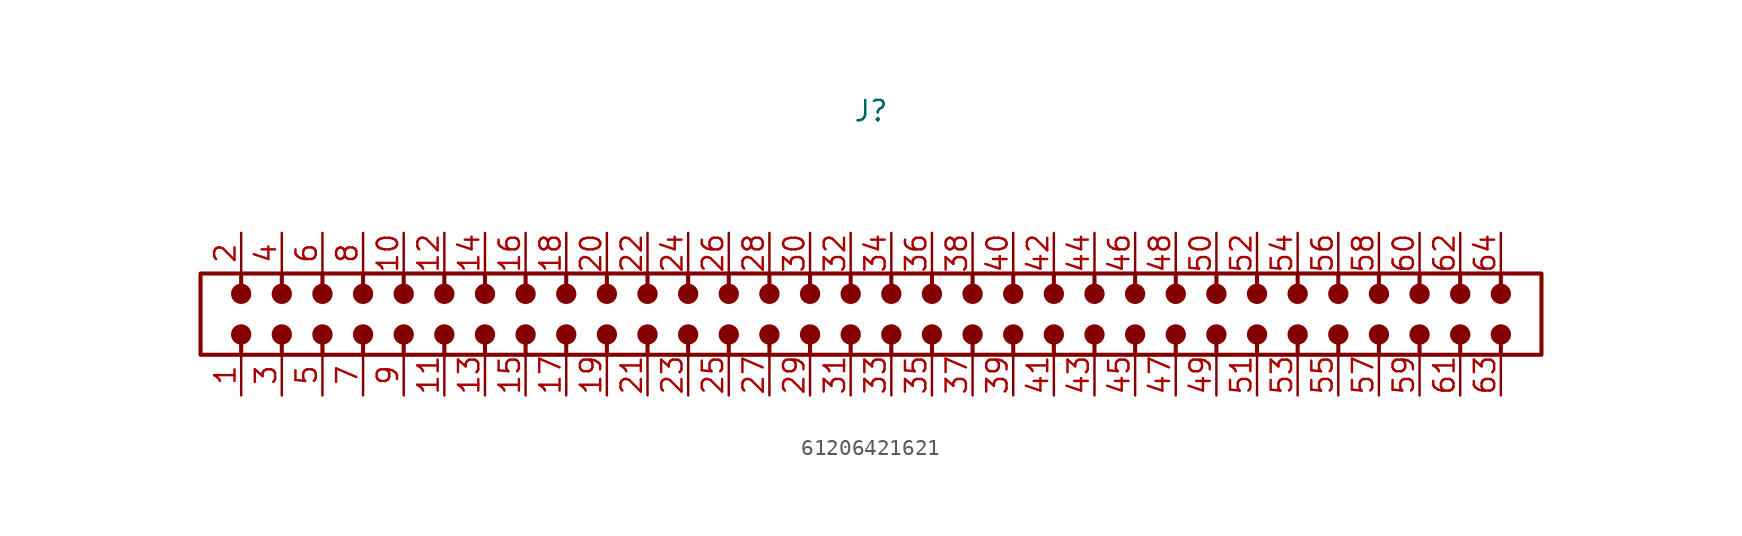
<source format=kicad_sym>
(kicad_symbol_lib
  (version 20241209)
  (generator "kicad_symbol_editor")
  (generator_version "9.0")
  (symbol "61206421621"
    (pin_names
      (hide yes))
    (property "Reference" "J"
      (at 0 12.7 0)
      (effects (font (size 1.27 1.27))))
    (symbol "61206421621_1_1"
      (rectangle (start -41.91 2.54) (end 41.91 -2.54) (stroke (width 0.254) (type solid)) (fill (type none)))
      (polyline (pts (xy -39.37 1.778) (xy -39.37 2.54)) (stroke (width 0.254) (type solid)) (fill (type none)))
      (circle (center -39.37 1.27) (radius 0.508) (stroke (width 0.254) (type solid)) (fill (type outline)))
      (circle (center -39.37 -1.27) (radius 0.508) (stroke (width 0.254) (type solid)) (fill (type outline)))
      (polyline (pts (xy -39.37 -1.778) (xy -39.37 -2.54)) (stroke (width 0.254) (type solid)) (fill (type none)))
      (polyline (pts (xy -36.83 1.778) (xy -36.83 2.54)) (stroke (width 0.254) (type solid)) (fill (type none)))
      (circle (center -36.83 1.27) (radius 0.508) (stroke (width 0.254) (type solid)) (fill (type outline)))
      (circle (center -36.83 -1.27) (radius 0.508) (stroke (width 0.254) (type solid)) (fill (type outline)))
      (polyline (pts (xy -36.83 -1.778) (xy -36.83 -2.54)) (stroke (width 0.254) (type solid)) (fill (type none)))
      (polyline (pts (xy -34.29 1.778) (xy -34.29 2.54)) (stroke (width 0.254) (type solid)) (fill (type none)))
      (circle (center -34.29 1.27) (radius 0.508) (stroke (width 0.254) (type solid)) (fill (type outline)))
      (circle (center -34.29 -1.27) (radius 0.508) (stroke (width 0.254) (type solid)) (fill (type outline)))
      (polyline (pts (xy -34.29 -1.778) (xy -34.29 -2.54)) (stroke (width 0.254) (type solid)) (fill (type none)))
      (polyline (pts (xy -31.75 1.778) (xy -31.75 2.54)) (stroke (width 0.254) (type solid)) (fill (type none)))
      (circle (center -31.75 1.27) (radius 0.508) (stroke (width 0.254) (type solid)) (fill (type outline)))
      (circle (center -31.75 -1.27) (radius 0.508) (stroke (width 0.254) (type solid)) (fill (type outline)))
      (polyline (pts (xy -31.75 -1.778) (xy -31.75 -2.54)) (stroke (width 0.254) (type solid)) (fill (type none)))
      (polyline (pts (xy -29.21 1.778) (xy -29.21 2.54)) (stroke (width 0.254) (type solid)) (fill (type none)))
      (circle (center -29.21 1.27) (radius 0.508) (stroke (width 0.254) (type solid)) (fill (type outline)))
      (circle (center -29.21 -1.27) (radius 0.508) (stroke (width 0.254) (type solid)) (fill (type outline)))
      (polyline (pts (xy -29.21 -1.778) (xy -29.21 -2.54)) (stroke (width 0.254) (type solid)) (fill (type none)))
      (polyline (pts (xy -26.67 1.778) (xy -26.67 2.54)) (stroke (width 0.254) (type solid)) (fill (type none)))
      (circle (center -26.67 1.27) (radius 0.508) (stroke (width 0.254) (type solid)) (fill (type outline)))
      (circle (center -26.67 -1.27) (radius 0.508) (stroke (width 0.254) (type solid)) (fill (type outline)))
      (polyline (pts (xy -26.67 -1.778) (xy -26.67 -2.54)) (stroke (width 0.254) (type solid)) (fill (type none)))
      (polyline (pts (xy -24.13 1.778) (xy -24.13 2.54)) (stroke (width 0.254) (type solid)) (fill (type none)))
      (circle (center -24.13 1.27) (radius 0.508) (stroke (width 0.254) (type solid)) (fill (type outline)))
      (circle (center -24.13 -1.27) (radius 0.508) (stroke (width 0.254) (type solid)) (fill (type outline)))
      (polyline (pts (xy -24.13 -1.778) (xy -24.13 -2.54)) (stroke (width 0.254) (type solid)) (fill (type none)))
      (polyline (pts (xy -21.59 1.778) (xy -21.59 2.54)) (stroke (width 0.254) (type solid)) (fill (type none)))
      (circle (center -21.59 1.27) (radius 0.508) (stroke (width 0.254) (type solid)) (fill (type outline)))
      (circle (center -21.59 -1.27) (radius 0.508) (stroke (width 0.254) (type solid)) (fill (type outline)))
      (polyline (pts (xy -21.59 -1.778) (xy -21.59 -2.54)) (stroke (width 0.254) (type solid)) (fill (type none)))
      (polyline (pts (xy -19.05 1.778) (xy -19.05 2.54)) (stroke (width 0.254) (type solid)) (fill (type none)))
      (circle (center -19.05 1.27) (radius 0.508) (stroke (width 0.254) (type solid)) (fill (type outline)))
      (circle (center -19.05 -1.27) (radius 0.508) (stroke (width 0.254) (type solid)) (fill (type outline)))
      (polyline (pts (xy -19.05 -1.778) (xy -19.05 -2.54)) (stroke (width 0.254) (type solid)) (fill (type none)))
      (polyline (pts (xy -16.51 1.778) (xy -16.51 2.54)) (stroke (width 0.254) (type solid)) (fill (type none)))
      (circle (center -16.51 1.27) (radius 0.508) (stroke (width 0.254) (type solid)) (fill (type outline)))
      (circle (center -16.51 -1.27) (radius 0.508) (stroke (width 0.254) (type solid)) (fill (type outline)))
      (polyline (pts (xy -16.51 -1.778) (xy -16.51 -2.54)) (stroke (width 0.254) (type solid)) (fill (type none)))
      (polyline (pts (xy -13.97 1.778) (xy -13.97 2.54)) (stroke (width 0.254) (type solid)) (fill (type none)))
      (circle (center -13.97 1.27) (radius 0.508) (stroke (width 0.254) (type solid)) (fill (type outline)))
      (circle (center -13.97 -1.27) (radius 0.508) (stroke (width 0.254) (type solid)) (fill (type outline)))
      (polyline (pts (xy -13.97 -1.778) (xy -13.97 -2.54)) (stroke (width 0.254) (type solid)) (fill (type none)))
      (polyline (pts (xy -11.43 1.778) (xy -11.43 2.54)) (stroke (width 0.254) (type solid)) (fill (type none)))
      (circle (center -11.43 1.27) (radius 0.508) (stroke (width 0.254) (type solid)) (fill (type outline)))
      (circle (center -11.43 -1.27) (radius 0.508) (stroke (width 0.254) (type solid)) (fill (type outline)))
      (polyline (pts (xy -11.43 -1.778) (xy -11.43 -2.54)) (stroke (width 0.254) (type solid)) (fill (type none)))
      (polyline (pts (xy -8.89 1.778) (xy -8.89 2.54)) (stroke (width 0.254) (type solid)) (fill (type none)))
      (circle (center -8.89 1.27) (radius 0.508) (stroke (width 0.254) (type solid)) (fill (type outline)))
      (circle (center -8.89 -1.27) (radius 0.508) (stroke (width 0.254) (type solid)) (fill (type outline)))
      (polyline (pts (xy -8.89 -1.778) (xy -8.89 -2.54)) (stroke (width 0.254) (type solid)) (fill (type none)))
      (polyline (pts (xy -6.35 1.778) (xy -6.35 2.54)) (stroke (width 0.254) (type solid)) (fill (type none)))
      (circle (center -6.35 1.27) (radius 0.508) (stroke (width 0.254) (type solid)) (fill (type outline)))
      (circle (center -6.35 -1.27) (radius 0.508) (stroke (width 0.254) (type solid)) (fill (type outline)))
      (polyline (pts (xy -6.35 -1.778) (xy -6.35 -2.54)) (stroke (width 0.254) (type solid)) (fill (type none)))
      (polyline (pts (xy -3.81 1.778) (xy -3.81 2.54)) (stroke (width 0.254) (type solid)) (fill (type none)))
      (circle (center -3.81 1.27) (radius 0.508) (stroke (width 0.254) (type solid)) (fill (type outline)))
      (circle (center -3.81 -1.27) (radius 0.508) (stroke (width 0.254) (type solid)) (fill (type outline)))
      (polyline (pts (xy -3.81 -1.778) (xy -3.81 -2.54)) (stroke (width 0.254) (type solid)) (fill (type none)))
      (polyline (pts (xy -1.27 1.778) (xy -1.27 2.54)) (stroke (width 0.254) (type solid)) (fill (type none)))
      (circle (center -1.27 1.27) (radius 0.508) (stroke (width 0.254) (type solid)) (fill (type outline)))
      (circle (center -1.27 -1.27) (radius 0.508) (stroke (width 0.254) (type solid)) (fill (type outline)))
      (polyline (pts (xy -1.27 -1.778) (xy -1.27 -2.54)) (stroke (width 0.254) (type solid)) (fill (type none)))
      (polyline (pts (xy 1.27 1.778) (xy 1.27 2.54)) (stroke (width 0.254) (type solid)) (fill (type none)))
      (circle (center 1.27 1.27) (radius 0.508) (stroke (width 0.254) (type solid)) (fill (type outline)))
      (circle (center 1.27 -1.27) (radius 0.508) (stroke (width 0.254) (type solid)) (fill (type outline)))
      (polyline (pts (xy 1.27 -1.778) (xy 1.27 -2.54)) (stroke (width 0.254) (type solid)) (fill (type none)))
      (polyline (pts (xy 3.81 1.778) (xy 3.81 2.54)) (stroke (width 0.254) (type solid)) (fill (type none)))
      (circle (center 3.81 1.27) (radius 0.508) (stroke (width 0.254) (type solid)) (fill (type outline)))
      (circle (center 3.81 -1.27) (radius 0.508) (stroke (width 0.254) (type solid)) (fill (type outline)))
      (polyline (pts (xy 3.81 -1.778) (xy 3.81 -2.54)) (stroke (width 0.254) (type solid)) (fill (type none)))
      (polyline (pts (xy 6.35 1.778) (xy 6.35 2.54)) (stroke (width 0.254) (type solid)) (fill (type none)))
      (circle (center 6.35 1.27) (radius 0.508) (stroke (width 0.254) (type solid)) (fill (type outline)))
      (circle (center 6.35 -1.27) (radius 0.508) (stroke (width 0.254) (type solid)) (fill (type outline)))
      (polyline (pts (xy 6.35 -1.778) (xy 6.35 -2.54)) (stroke (width 0.254) (type solid)) (fill (type none)))
      (polyline (pts (xy 8.89 1.778) (xy 8.89 2.54)) (stroke (width 0.254) (type solid)) (fill (type none)))
      (circle (center 8.89 1.27) (radius 0.508) (stroke (width 0.254) (type solid)) (fill (type outline)))
      (circle (center 8.89 -1.27) (radius 0.508) (stroke (width 0.254) (type solid)) (fill (type outline)))
      (polyline (pts (xy 8.89 -1.778) (xy 8.89 -2.54)) (stroke (width 0.254) (type solid)) (fill (type none)))
      (polyline (pts (xy 11.43 1.778) (xy 11.43 2.54)) (stroke (width 0.254) (type solid)) (fill (type none)))
      (circle (center 11.43 1.27) (radius 0.508) (stroke (width 0.254) (type solid)) (fill (type outline)))
      (circle (center 11.43 -1.27) (radius 0.508) (stroke (width 0.254) (type solid)) (fill (type outline)))
      (polyline (pts (xy 11.43 -1.778) (xy 11.43 -2.54)) (stroke (width 0.254) (type solid)) (fill (type none)))
      (polyline (pts (xy 13.97 1.778) (xy 13.97 2.54)) (stroke (width 0.254) (type solid)) (fill (type none)))
      (circle (center 13.97 1.27) (radius 0.508) (stroke (width 0.254) (type solid)) (fill (type outline)))
      (circle (center 13.97 -1.27) (radius 0.508) (stroke (width 0.254) (type solid)) (fill (type outline)))
      (polyline (pts (xy 13.97 -1.778) (xy 13.97 -2.54)) (stroke (width 0.254) (type solid)) (fill (type none)))
      (polyline (pts (xy 16.51 1.778) (xy 16.51 2.54)) (stroke (width 0.254) (type solid)) (fill (type none)))
      (circle (center 16.51 1.27) (radius 0.508) (stroke (width 0.254) (type solid)) (fill (type outline)))
      (circle (center 16.51 -1.27) (radius 0.508) (stroke (width 0.254) (type solid)) (fill (type outline)))
      (polyline (pts (xy 16.51 -1.778) (xy 16.51 -2.54)) (stroke (width 0.254) (type solid)) (fill (type none)))
      (polyline (pts (xy 19.05 1.778) (xy 19.05 2.54)) (stroke (width 0.254) (type solid)) (fill (type none)))
      (circle (center 19.05 1.27) (radius 0.508) (stroke (width 0.254) (type solid)) (fill (type outline)))
      (circle (center 19.05 -1.27) (radius 0.508) (stroke (width 0.254) (type solid)) (fill (type outline)))
      (polyline (pts (xy 19.05 -1.778) (xy 19.05 -2.54)) (stroke (width 0.254) (type solid)) (fill (type none)))
      (polyline (pts (xy 21.59 1.778) (xy 21.59 2.54)) (stroke (width 0.254) (type solid)) (fill (type none)))
      (circle (center 21.59 1.27) (radius 0.508) (stroke (width 0.254) (type solid)) (fill (type outline)))
      (circle (center 21.59 -1.27) (radius 0.508) (stroke (width 0.254) (type solid)) (fill (type outline)))
      (polyline (pts (xy 21.59 -1.778) (xy 21.59 -2.54)) (stroke (width 0.254) (type solid)) (fill (type none)))
      (polyline (pts (xy 24.13 1.778) (xy 24.13 2.54)) (stroke (width 0.254) (type solid)) (fill (type none)))
      (circle (center 24.13 1.27) (radius 0.508) (stroke (width 0.254) (type solid)) (fill (type outline)))
      (circle (center 24.13 -1.27) (radius 0.508) (stroke (width 0.254) (type solid)) (fill (type outline)))
      (polyline (pts (xy 24.13 -1.778) (xy 24.13 -2.54)) (stroke (width 0.254) (type solid)) (fill (type none)))
      (polyline (pts (xy 26.67 1.778) (xy 26.67 2.54)) (stroke (width 0.254) (type solid)) (fill (type none)))
      (circle (center 26.67 1.27) (radius 0.508) (stroke (width 0.254) (type solid)) (fill (type outline)))
      (circle (center 26.67 -1.27) (radius 0.508) (stroke (width 0.254) (type solid)) (fill (type outline)))
      (polyline (pts (xy 26.67 -1.778) (xy 26.67 -2.54)) (stroke (width 0.254) (type solid)) (fill (type none)))
      (polyline (pts (xy 29.21 1.778) (xy 29.21 2.54)) (stroke (width 0.254) (type solid)) (fill (type none)))
      (circle (center 29.21 1.27) (radius 0.508) (stroke (width 0.254) (type solid)) (fill (type outline)))
      (circle (center 29.21 -1.27) (radius 0.508) (stroke (width 0.254) (type solid)) (fill (type outline)))
      (polyline (pts (xy 29.21 -1.778) (xy 29.21 -2.54)) (stroke (width 0.254) (type solid)) (fill (type none)))
      (polyline (pts (xy 31.75 1.778) (xy 31.75 2.54)) (stroke (width 0.254) (type solid)) (fill (type none)))
      (circle (center 31.75 1.27) (radius 0.508) (stroke (width 0.254) (type solid)) (fill (type outline)))
      (circle (center 31.75 -1.27) (radius 0.508) (stroke (width 0.254) (type solid)) (fill (type outline)))
      (polyline (pts (xy 31.75 -1.778) (xy 31.75 -2.54)) (stroke (width 0.254) (type solid)) (fill (type none)))
      (polyline (pts (xy 34.29 1.778) (xy 34.29 2.54)) (stroke (width 0.254) (type solid)) (fill (type none)))
      (circle (center 34.29 1.27) (radius 0.508) (stroke (width 0.254) (type solid)) (fill (type outline)))
      (circle (center 34.29 -1.27) (radius 0.508) (stroke (width 0.254) (type solid)) (fill (type outline)))
      (polyline (pts (xy 34.29 -1.778) (xy 34.29 -2.54)) (stroke (width 0.254) (type solid)) (fill (type none)))
      (polyline (pts (xy 36.83 1.778) (xy 36.83 2.54)) (stroke (width 0.254) (type solid)) (fill (type none)))
      (circle (center 36.83 1.27) (radius 0.508) (stroke (width 0.254) (type solid)) (fill (type outline)))
      (circle (center 36.83 -1.27) (radius 0.508) (stroke (width 0.254) (type solid)) (fill (type outline)))
      (polyline (pts (xy 36.83 -1.778) (xy 36.83 -2.54)) (stroke (width 0.254) (type solid)) (fill (type none)))
      (polyline (pts (xy 39.37 1.778) (xy 39.37 2.54)) (stroke (width 0.254) (type solid)) (fill (type none)))
      (circle (center 39.37 1.27) (radius 0.508) (stroke (width 0.254) (type solid)) (fill (type outline)))
      (circle (center 39.37 -1.27) (radius 0.508) (stroke (width 0.254) (type solid)) (fill (type outline)))
      (polyline (pts (xy 39.37 -1.778) (xy 39.37 -2.54)) (stroke (width 0.254) (type solid)) (fill (type none)))
      (pin passive line (at -39.37 5.08 270) (length 2.54) (name "2" (effects (font (size 1.27 1.27)))) (number "2" (effects (font (size 1.27 1.27)))))
      (pin passive line (at -39.37 -5.08 90) (length 2.54) (name "1" (effects (font (size 1.27 1.27)))) (number "1" (effects (font (size 1.27 1.27)))))
      (pin passive line (at -36.83 5.08 270) (length 2.54) (name "4" (effects (font (size 1.27 1.27)))) (number "4" (effects (font (size 1.27 1.27)))))
      (pin passive line (at -36.83 -5.08 90) (length 2.54) (name "3" (effects (font (size 1.27 1.27)))) (number "3" (effects (font (size 1.27 1.27)))))
      (pin passive line (at -34.29 5.08 270) (length 2.54) (name "6" (effects (font (size 1.27 1.27)))) (number "6" (effects (font (size 1.27 1.27)))))
      (pin passive line (at -34.29 -5.08 90) (length 2.54) (name "5" (effects (font (size 1.27 1.27)))) (number "5" (effects (font (size 1.27 1.27)))))
      (pin passive line (at -31.75 5.08 270) (length 2.54) (name "8" (effects (font (size 1.27 1.27)))) (number "8" (effects (font (size 1.27 1.27)))))
      (pin passive line (at -31.75 -5.08 90) (length 2.54) (name "7" (effects (font (size 1.27 1.27)))) (number "7" (effects (font (size 1.27 1.27)))))
      (pin passive line (at -29.21 5.08 270) (length 2.54) (name "10" (effects (font (size 1.27 1.27)))) (number "10" (effects (font (size 1.27 1.27)))))
      (pin passive line (at -29.21 -5.08 90) (length 2.54) (name "9" (effects (font (size 1.27 1.27)))) (number "9" (effects (font (size 1.27 1.27)))))
      (pin passive line (at -26.67 5.08 270) (length 2.54) (name "12" (effects (font (size 1.27 1.27)))) (number "12" (effects (font (size 1.27 1.27)))))
      (pin passive line (at -26.67 -5.08 90) (length 2.54) (name "11" (effects (font (size 1.27 1.27)))) (number "11" (effects (font (size 1.27 1.27)))))
      (pin passive line (at -24.13 5.08 270) (length 2.54) (name "14" (effects (font (size 1.27 1.27)))) (number "14" (effects (font (size 1.27 1.27)))))
      (pin passive line (at -24.13 -5.08 90) (length 2.54) (name "13" (effects (font (size 1.27 1.27)))) (number "13" (effects (font (size 1.27 1.27)))))
      (pin passive line (at -21.59 5.08 270) (length 2.54) (name "16" (effects (font (size 1.27 1.27)))) (number "16" (effects (font (size 1.27 1.27)))))
      (pin passive line (at -21.59 -5.08 90) (length 2.54) (name "15" (effects (font (size 1.27 1.27)))) (number "15" (effects (font (size 1.27 1.27)))))
      (pin passive line (at -19.05 5.08 270) (length 2.54) (name "18" (effects (font (size 1.27 1.27)))) (number "18" (effects (font (size 1.27 1.27)))))
      (pin passive line (at -19.05 -5.08 90) (length 2.54) (name "17" (effects (font (size 1.27 1.27)))) (number "17" (effects (font (size 1.27 1.27)))))
      (pin passive line (at -16.51 5.08 270) (length 2.54) (name "20" (effects (font (size 1.27 1.27)))) (number "20" (effects (font (size 1.27 1.27)))))
      (pin passive line (at -16.51 -5.08 90) (length 2.54) (name "19" (effects (font (size 1.27 1.27)))) (number "19" (effects (font (size 1.27 1.27)))))
      (pin passive line (at -13.97 5.08 270) (length 2.54) (name "22" (effects (font (size 1.27 1.27)))) (number "22" (effects (font (size 1.27 1.27)))))
      (pin passive line (at -13.97 -5.08 90) (length 2.54) (name "21" (effects (font (size 1.27 1.27)))) (number "21" (effects (font (size 1.27 1.27)))))
      (pin passive line (at -11.43 5.08 270) (length 2.54) (name "24" (effects (font (size 1.27 1.27)))) (number "24" (effects (font (size 1.27 1.27)))))
      (pin passive line (at -11.43 -5.08 90) (length 2.54) (name "23" (effects (font (size 1.27 1.27)))) (number "23" (effects (font (size 1.27 1.27)))))
      (pin passive line (at -8.89 5.08 270) (length 2.54) (name "26" (effects (font (size 1.27 1.27)))) (number "26" (effects (font (size 1.27 1.27)))))
      (pin passive line (at -8.89 -5.08 90) (length 2.54) (name "25" (effects (font (size 1.27 1.27)))) (number "25" (effects (font (size 1.27 1.27)))))
      (pin passive line (at -6.35 5.08 270) (length 2.54) (name "28" (effects (font (size 1.27 1.27)))) (number "28" (effects (font (size 1.27 1.27)))))
      (pin passive line (at -6.35 -5.08 90) (length 2.54) (name "27" (effects (font (size 1.27 1.27)))) (number "27" (effects (font (size 1.27 1.27)))))
      (pin passive line (at -3.81 5.08 270) (length 2.54) (name "30" (effects (font (size 1.27 1.27)))) (number "30" (effects (font (size 1.27 1.27)))))
      (pin passive line (at -3.81 -5.08 90) (length 2.54) (name "29" (effects (font (size 1.27 1.27)))) (number "29" (effects (font (size 1.27 1.27)))))
      (pin passive line (at -1.27 5.08 270) (length 2.54) (name "32" (effects (font (size 1.27 1.27)))) (number "32" (effects (font (size 1.27 1.27)))))
      (pin passive line (at -1.27 -5.08 90) (length 2.54) (name "31" (effects (font (size 1.27 1.27)))) (number "31" (effects (font (size 1.27 1.27)))))
      (pin passive line (at 1.27 5.08 270) (length 2.54) (name "34" (effects (font (size 1.27 1.27)))) (number "34" (effects (font (size 1.27 1.27)))))
      (pin passive line (at 1.27 -5.08 90) (length 2.54) (name "33" (effects (font (size 1.27 1.27)))) (number "33" (effects (font (size 1.27 1.27)))))
      (pin passive line (at 3.81 5.08 270) (length 2.54) (name "36" (effects (font (size 1.27 1.27)))) (number "36" (effects (font (size 1.27 1.27)))))
      (pin passive line (at 3.81 -5.08 90) (length 2.54) (name "35" (effects (font (size 1.27 1.27)))) (number "35" (effects (font (size 1.27 1.27)))))
      (pin passive line (at 6.35 5.08 270) (length 2.54) (name "38" (effects (font (size 1.27 1.27)))) (number "38" (effects (font (size 1.27 1.27)))))
      (pin passive line (at 6.35 -5.08 90) (length 2.54) (name "37" (effects (font (size 1.27 1.27)))) (number "37" (effects (font (size 1.27 1.27)))))
      (pin passive line (at 8.89 5.08 270) (length 2.54) (name "40" (effects (font (size 1.27 1.27)))) (number "40" (effects (font (size 1.27 1.27)))))
      (pin passive line (at 8.89 -5.08 90) (length 2.54) (name "39" (effects (font (size 1.27 1.27)))) (number "39" (effects (font (size 1.27 1.27)))))
      (pin passive line (at 11.43 5.08 270) (length 2.54) (name "42" (effects (font (size 1.27 1.27)))) (number "42" (effects (font (size 1.27 1.27)))))
      (pin passive line (at 11.43 -5.08 90) (length 2.54) (name "41" (effects (font (size 1.27 1.27)))) (number "41" (effects (font (size 1.27 1.27)))))
      (pin passive line (at 13.97 5.08 270) (length 2.54) (name "44" (effects (font (size 1.27 1.27)))) (number "44" (effects (font (size 1.27 1.27)))))
      (pin passive line (at 13.97 -5.08 90) (length 2.54) (name "43" (effects (font (size 1.27 1.27)))) (number "43" (effects (font (size 1.27 1.27)))))
      (pin passive line (at 16.51 5.08 270) (length 2.54) (name "46" (effects (font (size 1.27 1.27)))) (number "46" (effects (font (size 1.27 1.27)))))
      (pin passive line (at 16.51 -5.08 90) (length 2.54) (name "45" (effects (font (size 1.27 1.27)))) (number "45" (effects (font (size 1.27 1.27)))))
      (pin passive line (at 19.05 5.08 270) (length 2.54) (name "48" (effects (font (size 1.27 1.27)))) (number "48" (effects (font (size 1.27 1.27)))))
      (pin passive line (at 19.05 -5.08 90) (length 2.54) (name "47" (effects (font (size 1.27 1.27)))) (number "47" (effects (font (size 1.27 1.27)))))
      (pin passive line (at 21.59 5.08 270) (length 2.54) (name "50" (effects (font (size 1.27 1.27)))) (number "50" (effects (font (size 1.27 1.27)))))
      (pin passive line (at 21.59 -5.08 90) (length 2.54) (name "49" (effects (font (size 1.27 1.27)))) (number "49" (effects (font (size 1.27 1.27)))))
      (pin passive line (at 24.13 5.08 270) (length 2.54) (name "52" (effects (font (size 1.27 1.27)))) (number "52" (effects (font (size 1.27 1.27)))))
      (pin passive line (at 24.13 -5.08 90) (length 2.54) (name "51" (effects (font (size 1.27 1.27)))) (number "51" (effects (font (size 1.27 1.27)))))
      (pin passive line (at 26.67 5.08 270) (length 2.54) (name "54" (effects (font (size 1.27 1.27)))) (number "54" (effects (font (size 1.27 1.27)))))
      (pin passive line (at 26.67 -5.08 90) (length 2.54) (name "53" (effects (font (size 1.27 1.27)))) (number "53" (effects (font (size 1.27 1.27)))))
      (pin passive line (at 29.21 5.08 270) (length 2.54) (name "56" (effects (font (size 1.27 1.27)))) (number "56" (effects (font (size 1.27 1.27)))))
      (pin passive line (at 29.21 -5.08 90) (length 2.54) (name "55" (effects (font (size 1.27 1.27)))) (number "55" (effects (font (size 1.27 1.27)))))
      (pin passive line (at 31.75 5.08 270) (length 2.54) (name "58" (effects (font (size 1.27 1.27)))) (number "58" (effects (font (size 1.27 1.27)))))
      (pin passive line (at 31.75 -5.08 90) (length 2.54) (name "57" (effects (font (size 1.27 1.27)))) (number "57" (effects (font (size 1.27 1.27)))))
      (pin passive line (at 34.29 5.08 270) (length 2.54) (name "60" (effects (font (size 1.27 1.27)))) (number "60" (effects (font (size 1.27 1.27)))))
      (pin passive line (at 34.29 -5.08 90) (length 2.54) (name "59" (effects (font (size 1.27 1.27)))) (number "59" (effects (font (size 1.27 1.27)))))
      (pin passive line (at 36.83 5.08 270) (length 2.54) (name "62" (effects (font (size 1.27 1.27)))) (number "62" (effects (font (size 1.27 1.27)))))
      (pin passive line (at 36.83 -5.08 90) (length 2.54) (name "61" (effects (font (size 1.27 1.27)))) (number "61" (effects (font (size 1.27 1.27)))))
      (pin passive line (at 39.37 5.08 270) (length 2.54) (name "64" (effects (font (size 1.27 1.27)))) (number "64" (effects (font (size 1.27 1.27)))))
      (pin passive line (at 39.37 -5.08 90) (length 2.54) (name "63" (effects (font (size 1.27 1.27)))) (number "63" (effects (font (size 1.27 1.27))))))))
</source>
